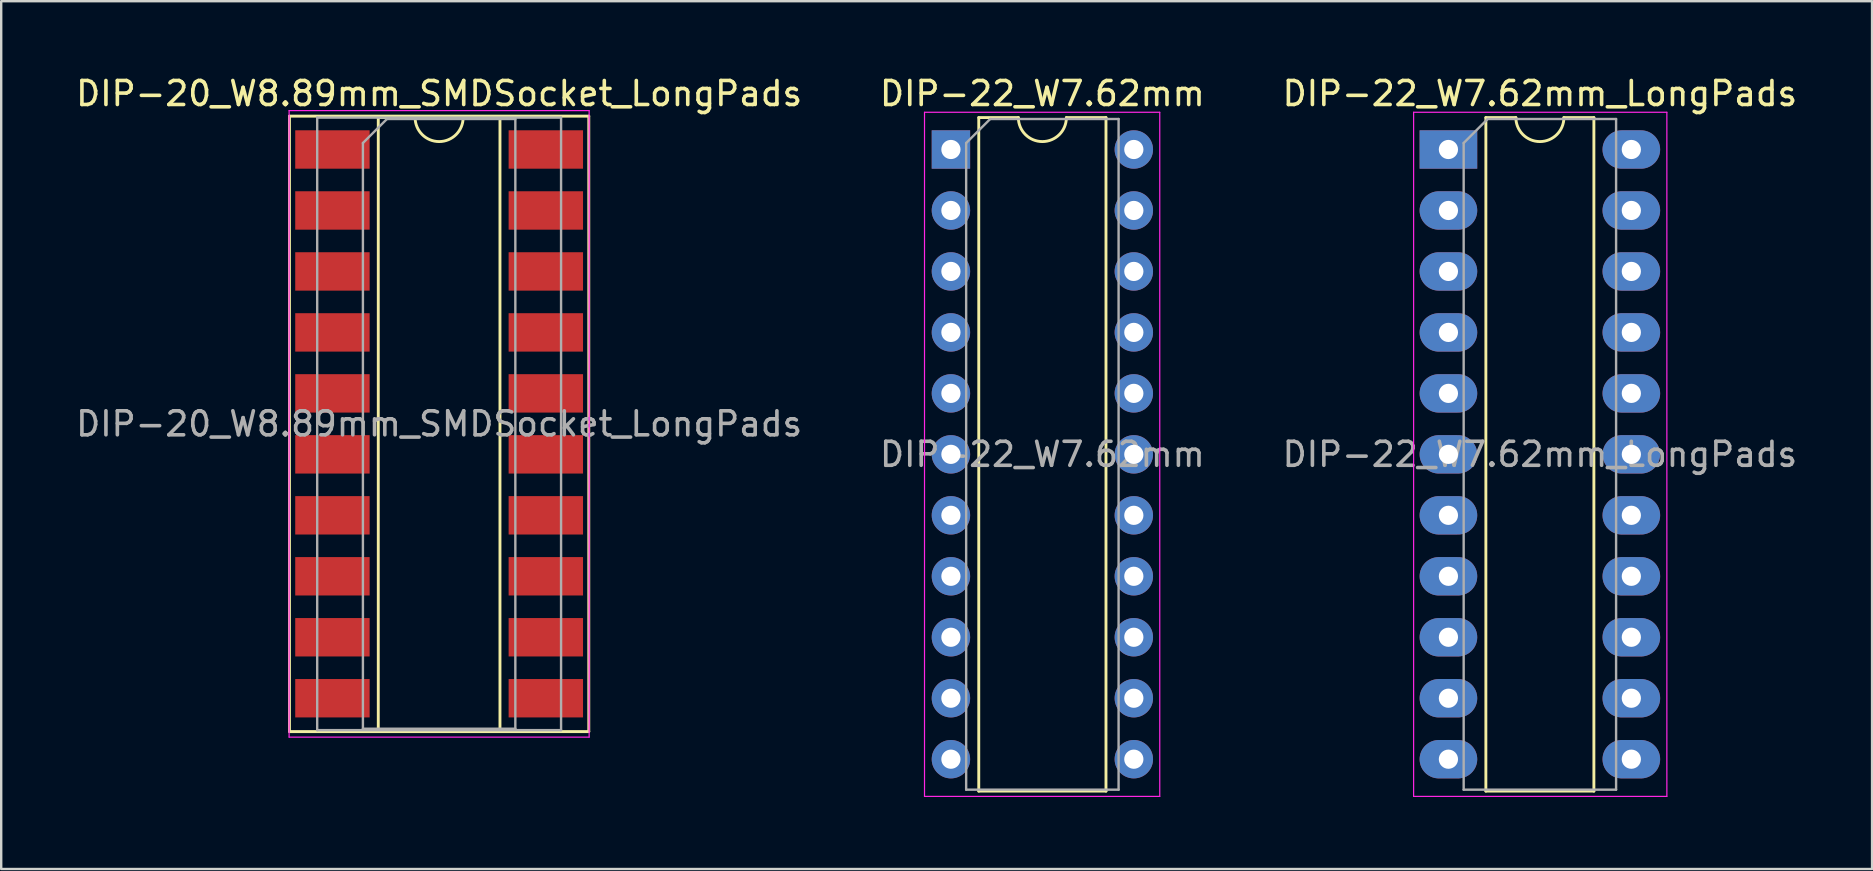
<source format=kicad_pcb>
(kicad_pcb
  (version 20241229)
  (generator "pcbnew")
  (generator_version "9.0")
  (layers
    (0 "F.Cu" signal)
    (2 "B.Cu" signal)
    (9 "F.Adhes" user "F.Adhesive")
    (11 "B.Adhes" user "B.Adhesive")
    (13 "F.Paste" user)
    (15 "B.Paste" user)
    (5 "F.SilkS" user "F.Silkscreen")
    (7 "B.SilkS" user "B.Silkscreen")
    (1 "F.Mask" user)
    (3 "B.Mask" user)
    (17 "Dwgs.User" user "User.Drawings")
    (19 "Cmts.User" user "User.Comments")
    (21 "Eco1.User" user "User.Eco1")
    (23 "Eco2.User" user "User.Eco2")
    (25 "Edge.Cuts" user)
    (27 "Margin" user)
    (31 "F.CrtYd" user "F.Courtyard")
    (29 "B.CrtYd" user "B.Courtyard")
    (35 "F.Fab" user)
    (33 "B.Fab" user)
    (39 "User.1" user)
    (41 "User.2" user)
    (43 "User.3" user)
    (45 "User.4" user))
  (footprint "DIP-22_W7.62mm_LongPads"
    (layer "F.Cu")
    (at 57.291 3.178)
    (property "Reference" "DIP-22_W7.62mm_LongPads" (at 3.81 -2.33 0) (layer "F.SilkS") (effects (font (size 1 1) (thickness 0.15))))
    (attr through_hole)
    (fp_line (start 1.56 -1.33) (end 1.56 26.73) (stroke (width 0.12) (type solid)) (layer "F.SilkS"))
    (fp_line (start 1.56 26.73) (end 6.06 26.73) (stroke (width 0.12) (type solid)) (layer "F.SilkS"))
    (fp_line (start 2.81 -1.33) (end 1.56 -1.33) (stroke (width 0.12) (type solid)) (layer "F.SilkS"))
    (fp_line (start 6.06 -1.33) (end 4.81 -1.33) (stroke (width 0.12) (type solid)) (layer "F.SilkS"))
    (fp_line (start 6.06 26.73) (end 6.06 -1.33) (stroke (width 0.12) (type solid)) (layer "F.SilkS"))
    (fp_arc (start 4.81 -1.33) (mid 3.81 -0.33) (end 2.81 -1.33) (stroke (width 0.12) (type solid)) (layer "F.SilkS"))
    (fp_line (start -1.45 -1.55) (end -1.45 26.95) (stroke (width 0.05) (type solid)) (layer "F.CrtYd"))
    (fp_line (start -1.45 26.95) (end 9.1 26.95) (stroke (width 0.05) (type solid)) (layer "F.CrtYd"))
    (fp_line (start 9.1 -1.55) (end -1.45 -1.55) (stroke (width 0.05) (type solid)) (layer "F.CrtYd"))
    (fp_line (start 9.1 26.95) (end 9.1 -1.55) (stroke (width 0.05) (type solid)) (layer "F.CrtYd"))
    (fp_line (start 0.635 -0.27) (end 1.635 -1.27) (stroke (width 0.1) (type solid)) (layer "F.Fab"))
    (fp_line (start 0.635 26.67) (end 0.635 -0.27) (stroke (width 0.1) (type solid)) (layer "F.Fab"))
    (fp_line (start 1.635 -1.27) (end 6.985 -1.27) (stroke (width 0.1) (type solid)) (layer "F.Fab"))
    (fp_line (start 6.985 -1.27) (end 6.985 26.67) (stroke (width 0.1) (type solid)) (layer "F.Fab"))
    (fp_line (start 6.985 26.67) (end 0.635 26.67) (stroke (width 0.1) (type solid)) (layer "F.Fab"))
    (fp_text user "${REFERENCE}" (at 3.81 12.7 0) (layer "F.Fab") (effects (font (size 1 1) (thickness 0.15))))
    (pad "1" thru_hole rect (at 0 0) (size 2.4 1.6) (drill 0.8) (layers "*.Cu" "*.Mask"))
    (pad "2" thru_hole oval (at 0 2.54) (size 2.4 1.6) (drill 0.8) (layers "*.Cu" "*.Mask"))
    (pad "3" thru_hole oval (at 0 5.08) (size 2.4 1.6) (drill 0.8) (layers "*.Cu" "*.Mask"))
    (pad "4" thru_hole oval (at 0 7.62) (size 2.4 1.6) (drill 0.8) (layers "*.Cu" "*.Mask"))
    (pad "5" thru_hole oval (at 0 10.16) (size 2.4 1.6) (drill 0.8) (layers "*.Cu" "*.Mask"))
    (pad "6" thru_hole oval (at 0 12.7) (size 2.4 1.6) (drill 0.8) (layers "*.Cu" "*.Mask"))
    (pad "7" thru_hole oval (at 0 15.24) (size 2.4 1.6) (drill 0.8) (layers "*.Cu" "*.Mask"))
    (pad "8" thru_hole oval (at 0 17.78) (size 2.4 1.6) (drill 0.8) (layers "*.Cu" "*.Mask"))
    (pad "9" thru_hole oval (at 0 20.32) (size 2.4 1.6) (drill 0.8) (layers "*.Cu" "*.Mask"))
    (pad "10" thru_hole oval (at 0 22.86) (size 2.4 1.6) (drill 0.8) (layers "*.Cu" "*.Mask"))
    (pad "11" thru_hole oval (at 0 25.4) (size 2.4 1.6) (drill 0.8) (layers "*.Cu" "*.Mask"))
    (pad "12" thru_hole oval (at 7.62 25.4) (size 2.4 1.6) (drill 0.8) (layers "*.Cu" "*.Mask"))
    (pad "13" thru_hole oval (at 7.62 22.86) (size 2.4 1.6) (drill 0.8) (layers "*.Cu" "*.Mask"))
    (pad "14" thru_hole oval (at 7.62 20.32) (size 2.4 1.6) (drill 0.8) (layers "*.Cu" "*.Mask"))
    (pad "15" thru_hole oval (at 7.62 17.78) (size 2.4 1.6) (drill 0.8) (layers "*.Cu" "*.Mask"))
    (pad "16" thru_hole oval (at 7.62 15.24) (size 2.4 1.6) (drill 0.8) (layers "*.Cu" "*.Mask"))
    (pad "17" thru_hole oval (at 7.62 12.7) (size 2.4 1.6) (drill 0.8) (layers "*.Cu" "*.Mask"))
    (pad "18" thru_hole oval (at 7.62 10.16) (size 2.4 1.6) (drill 0.8) (layers "*.Cu" "*.Mask"))
    (pad "19" thru_hole oval (at 7.62 7.62) (size 2.4 1.6) (drill 0.8) (layers "*.Cu" "*.Mask"))
    (pad "20" thru_hole oval (at 7.62 5.08) (size 2.4 1.6) (drill 0.8) (layers "*.Cu" "*.Mask"))
    (pad "21" thru_hole oval (at 7.62 2.54) (size 2.4 1.6) (drill 0.8) (layers "*.Cu" "*.Mask"))
    (pad "22" thru_hole oval (at 7.62 0) (size 2.4 1.6) (drill 0.8) (layers "*.Cu" "*.Mask")))
  (footprint "DIP-20_W8.89mm_SMDSocket_LongPads"
    (layer "F.Cu")
    (at 15.244 14.608)
    (property "Reference" "DIP-20_W8.89mm_SMDSocket_LongPads" (at 0 -13.76 0) (layer "F.SilkS") (effects (font (size 1 1) (thickness 0.15))))
    (attr smd)
    (fp_line (start -6.235 -12.82) (end -6.235 12.82) (stroke (width 0.12) (type solid)) (layer "F.SilkS"))
    (fp_line (start -6.235 12.82) (end 6.235 12.82) (stroke (width 0.12) (type solid)) (layer "F.SilkS"))
    (fp_line (start -2.535 -12.76) (end -2.535 12.76) (stroke (width 0.12) (type solid)) (layer "F.SilkS"))
    (fp_line (start -2.535 12.76) (end 2.535 12.76) (stroke (width 0.12) (type solid)) (layer "F.SilkS"))
    (fp_line (start -1 -12.76) (end -2.535 -12.76) (stroke (width 0.12) (type solid)) (layer "F.SilkS"))
    (fp_line (start 2.535 -12.76) (end 1 -12.76) (stroke (width 0.12) (type solid)) (layer "F.SilkS"))
    (fp_line (start 2.535 12.76) (end 2.535 -12.76) (stroke (width 0.12) (type solid)) (layer "F.SilkS"))
    (fp_line (start 6.235 -12.82) (end -6.235 -12.82) (stroke (width 0.12) (type solid)) (layer "F.SilkS"))
    (fp_line (start 6.235 12.82) (end 6.235 -12.82) (stroke (width 0.12) (type solid)) (layer "F.SilkS"))
    (fp_arc (start 1 -12.76) (mid 0 -11.76) (end -1 -12.76) (stroke (width 0.12) (type solid)) (layer "F.SilkS"))
    (fp_line (start -6.25 -13.05) (end -6.25 13.05) (stroke (width 0.05) (type solid)) (layer "F.CrtYd"))
    (fp_line (start -6.25 13.05) (end 6.25 13.05) (stroke (width 0.05) (type solid)) (layer "F.CrtYd"))
    (fp_line (start 6.25 -13.05) (end -6.25 -13.05) (stroke (width 0.05) (type solid)) (layer "F.CrtYd"))
    (fp_line (start 6.25 13.05) (end 6.25 -13.05) (stroke (width 0.05) (type solid)) (layer "F.CrtYd"))
    (fp_line (start -5.08 -12.76) (end -5.08 12.76) (stroke (width 0.1) (type solid)) (layer "F.Fab"))
    (fp_line (start -5.08 12.76) (end 5.08 12.76) (stroke (width 0.1) (type solid)) (layer "F.Fab"))
    (fp_line (start -3.175 -11.7) (end -2.175 -12.7) (stroke (width 0.1) (type solid)) (layer "F.Fab"))
    (fp_line (start -3.175 12.7) (end -3.175 -11.7) (stroke (width 0.1) (type solid)) (layer "F.Fab"))
    (fp_line (start -2.175 -12.7) (end 3.175 -12.7) (stroke (width 0.1) (type solid)) (layer "F.Fab"))
    (fp_line (start 3.175 -12.7) (end 3.175 12.7) (stroke (width 0.1) (type solid)) (layer "F.Fab"))
    (fp_line (start 3.175 12.7) (end -3.175 12.7) (stroke (width 0.1) (type solid)) (layer "F.Fab"))
    (fp_line (start 5.08 -12.76) (end -5.08 -12.76) (stroke (width 0.1) (type solid)) (layer "F.Fab"))
    (fp_line (start 5.08 12.76) (end 5.08 -12.76) (stroke (width 0.1) (type solid)) (layer "F.Fab"))
    (fp_text user "${REFERENCE}" (at 0 0 0) (layer "F.Fab") (effects (font (size 1 1) (thickness 0.15))))
    (pad "1" smd rect (at -4.445 -11.43) (size 3.1 1.6) (layers "F.Cu" "F.Mask" "F.Paste"))
    (pad "2" smd rect (at -4.445 -8.89) (size 3.1 1.6) (layers "F.Cu" "F.Mask" "F.Paste"))
    (pad "3" smd rect (at -4.445 -6.35) (size 3.1 1.6) (layers "F.Cu" "F.Mask" "F.Paste"))
    (pad "4" smd rect (at -4.445 -3.81) (size 3.1 1.6) (layers "F.Cu" "F.Mask" "F.Paste"))
    (pad "5" smd rect (at -4.445 -1.27) (size 3.1 1.6) (layers "F.Cu" "F.Mask" "F.Paste"))
    (pad "6" smd rect (at -4.445 1.27) (size 3.1 1.6) (layers "F.Cu" "F.Mask" "F.Paste"))
    (pad "7" smd rect (at -4.445 3.81) (size 3.1 1.6) (layers "F.Cu" "F.Mask" "F.Paste"))
    (pad "8" smd rect (at -4.445 6.35) (size 3.1 1.6) (layers "F.Cu" "F.Mask" "F.Paste"))
    (pad "9" smd rect (at -4.445 8.89) (size 3.1 1.6) (layers "F.Cu" "F.Mask" "F.Paste"))
    (pad "10" smd rect (at -4.445 11.43) (size 3.1 1.6) (layers "F.Cu" "F.Mask" "F.Paste"))
    (pad "11" smd rect (at 4.445 11.43) (size 3.1 1.6) (layers "F.Cu" "F.Mask" "F.Paste"))
    (pad "12" smd rect (at 4.445 8.89) (size 3.1 1.6) (layers "F.Cu" "F.Mask" "F.Paste"))
    (pad "13" smd rect (at 4.445 6.35) (size 3.1 1.6) (layers "F.Cu" "F.Mask" "F.Paste"))
    (pad "14" smd rect (at 4.445 3.81) (size 3.1 1.6) (layers "F.Cu" "F.Mask" "F.Paste"))
    (pad "15" smd rect (at 4.445 1.27) (size 3.1 1.6) (layers "F.Cu" "F.Mask" "F.Paste"))
    (pad "16" smd rect (at 4.445 -1.27) (size 3.1 1.6) (layers "F.Cu" "F.Mask" "F.Paste"))
    (pad "17" smd rect (at 4.445 -3.81) (size 3.1 1.6) (layers "F.Cu" "F.Mask" "F.Paste"))
    (pad "18" smd rect (at 4.445 -6.35) (size 3.1 1.6) (layers "F.Cu" "F.Mask" "F.Paste"))
    (pad "19" smd rect (at 4.445 -8.89) (size 3.1 1.6) (layers "F.Cu" "F.Mask" "F.Paste"))
    (pad "20" smd rect (at 4.445 -11.43) (size 3.1 1.6) (layers "F.Cu" "F.Mask" "F.Paste")))
  (footprint "DIP-22_W7.62mm"
    (layer "F.Cu")
    (at 36.565 3.178)
    (property "Reference" "DIP-22_W7.62mm" (at 3.81 -2.33 0) (layer "F.SilkS") (effects (font (size 1 1) (thickness 0.15))))
    (attr through_hole)
    (fp_line (start 1.16 -1.33) (end 1.16 26.73) (stroke (width 0.12) (type solid)) (layer "F.SilkS"))
    (fp_line (start 1.16 26.73) (end 6.46 26.73) (stroke (width 0.12) (type solid)) (layer "F.SilkS"))
    (fp_line (start 2.81 -1.33) (end 1.16 -1.33) (stroke (width 0.12) (type solid)) (layer "F.SilkS"))
    (fp_line (start 6.46 -1.33) (end 4.81 -1.33) (stroke (width 0.12) (type solid)) (layer "F.SilkS"))
    (fp_line (start 6.46 26.73) (end 6.46 -1.33) (stroke (width 0.12) (type solid)) (layer "F.SilkS"))
    (fp_arc (start 4.81 -1.33) (mid 3.81 -0.33) (end 2.81 -1.33) (stroke (width 0.12) (type solid)) (layer "F.SilkS"))
    (fp_line (start -1.1 -1.55) (end -1.1 26.95) (stroke (width 0.05) (type solid)) (layer "F.CrtYd"))
    (fp_line (start -1.1 26.95) (end 8.7 26.95) (stroke (width 0.05) (type solid)) (layer "F.CrtYd"))
    (fp_line (start 8.7 -1.55) (end -1.1 -1.55) (stroke (width 0.05) (type solid)) (layer "F.CrtYd"))
    (fp_line (start 8.7 26.95) (end 8.7 -1.55) (stroke (width 0.05) (type solid)) (layer "F.CrtYd"))
    (fp_line (start 0.635 -0.27) (end 1.635 -1.27) (stroke (width 0.1) (type solid)) (layer "F.Fab"))
    (fp_line (start 0.635 26.67) (end 0.635 -0.27) (stroke (width 0.1) (type solid)) (layer "F.Fab"))
    (fp_line (start 1.635 -1.27) (end 6.985 -1.27) (stroke (width 0.1) (type solid)) (layer "F.Fab"))
    (fp_line (start 6.985 -1.27) (end 6.985 26.67) (stroke (width 0.1) (type solid)) (layer "F.Fab"))
    (fp_line (start 6.985 26.67) (end 0.635 26.67) (stroke (width 0.1) (type solid)) (layer "F.Fab"))
    (fp_text user "${REFERENCE}" (at 3.81 12.7 0) (layer "F.Fab") (effects (font (size 1 1) (thickness 0.15))))
    (pad "1" thru_hole rect (at 0 0) (size 1.6 1.6) (drill 0.8) (layers "*.Cu" "*.Mask"))
    (pad "2" thru_hole oval (at 0 2.54) (size 1.6 1.6) (drill 0.8) (layers "*.Cu" "*.Mask"))
    (pad "3" thru_hole oval (at 0 5.08) (size 1.6 1.6) (drill 0.8) (layers "*.Cu" "*.Mask"))
    (pad "4" thru_hole oval (at 0 7.62) (size 1.6 1.6) (drill 0.8) (layers "*.Cu" "*.Mask"))
    (pad "5" thru_hole oval (at 0 10.16) (size 1.6 1.6) (drill 0.8) (layers "*.Cu" "*.Mask"))
    (pad "6" thru_hole oval (at 0 12.7) (size 1.6 1.6) (drill 0.8) (layers "*.Cu" "*.Mask"))
    (pad "7" thru_hole oval (at 0 15.24) (size 1.6 1.6) (drill 0.8) (layers "*.Cu" "*.Mask"))
    (pad "8" thru_hole oval (at 0 17.78) (size 1.6 1.6) (drill 0.8) (layers "*.Cu" "*.Mask"))
    (pad "9" thru_hole oval (at 0 20.32) (size 1.6 1.6) (drill 0.8) (layers "*.Cu" "*.Mask"))
    (pad "10" thru_hole oval (at 0 22.86) (size 1.6 1.6) (drill 0.8) (layers "*.Cu" "*.Mask"))
    (pad "11" thru_hole oval (at 0 25.4) (size 1.6 1.6) (drill 0.8) (layers "*.Cu" "*.Mask"))
    (pad "12" thru_hole oval (at 7.62 25.4) (size 1.6 1.6) (drill 0.8) (layers "*.Cu" "*.Mask"))
    (pad "13" thru_hole oval (at 7.62 22.86) (size 1.6 1.6) (drill 0.8) (layers "*.Cu" "*.Mask"))
    (pad "14" thru_hole oval (at 7.62 20.32) (size 1.6 1.6) (drill 0.8) (layers "*.Cu" "*.Mask"))
    (pad "15" thru_hole oval (at 7.62 17.78) (size 1.6 1.6) (drill 0.8) (layers "*.Cu" "*.Mask"))
    (pad "16" thru_hole oval (at 7.62 15.24) (size 1.6 1.6) (drill 0.8) (layers "*.Cu" "*.Mask"))
    (pad "17" thru_hole oval (at 7.62 12.7) (size 1.6 1.6) (drill 0.8) (layers "*.Cu" "*.Mask"))
    (pad "18" thru_hole oval (at 7.62 10.16) (size 1.6 1.6) (drill 0.8) (layers "*.Cu" "*.Mask"))
    (pad "19" thru_hole oval (at 7.62 7.62) (size 1.6 1.6) (drill 0.8) (layers "*.Cu" "*.Mask"))
    (pad "20" thru_hole oval (at 7.62 5.08) (size 1.6 1.6) (drill 0.8) (layers "*.Cu" "*.Mask"))
    (pad "21" thru_hole oval (at 7.62 2.54) (size 1.6 1.6) (drill 0.8) (layers "*.Cu" "*.Mask"))
    (pad "22" thru_hole oval (at 7.62 0) (size 1.6 1.6) (drill 0.8) (layers "*.Cu" "*.Mask")))
  (gr_rect
    (start -3 -3)
    (end 74.94 33.153)
    (stroke (width 0.1) (type default))
    (fill no)
    (layer "Edge.Cuts")))
</source>
